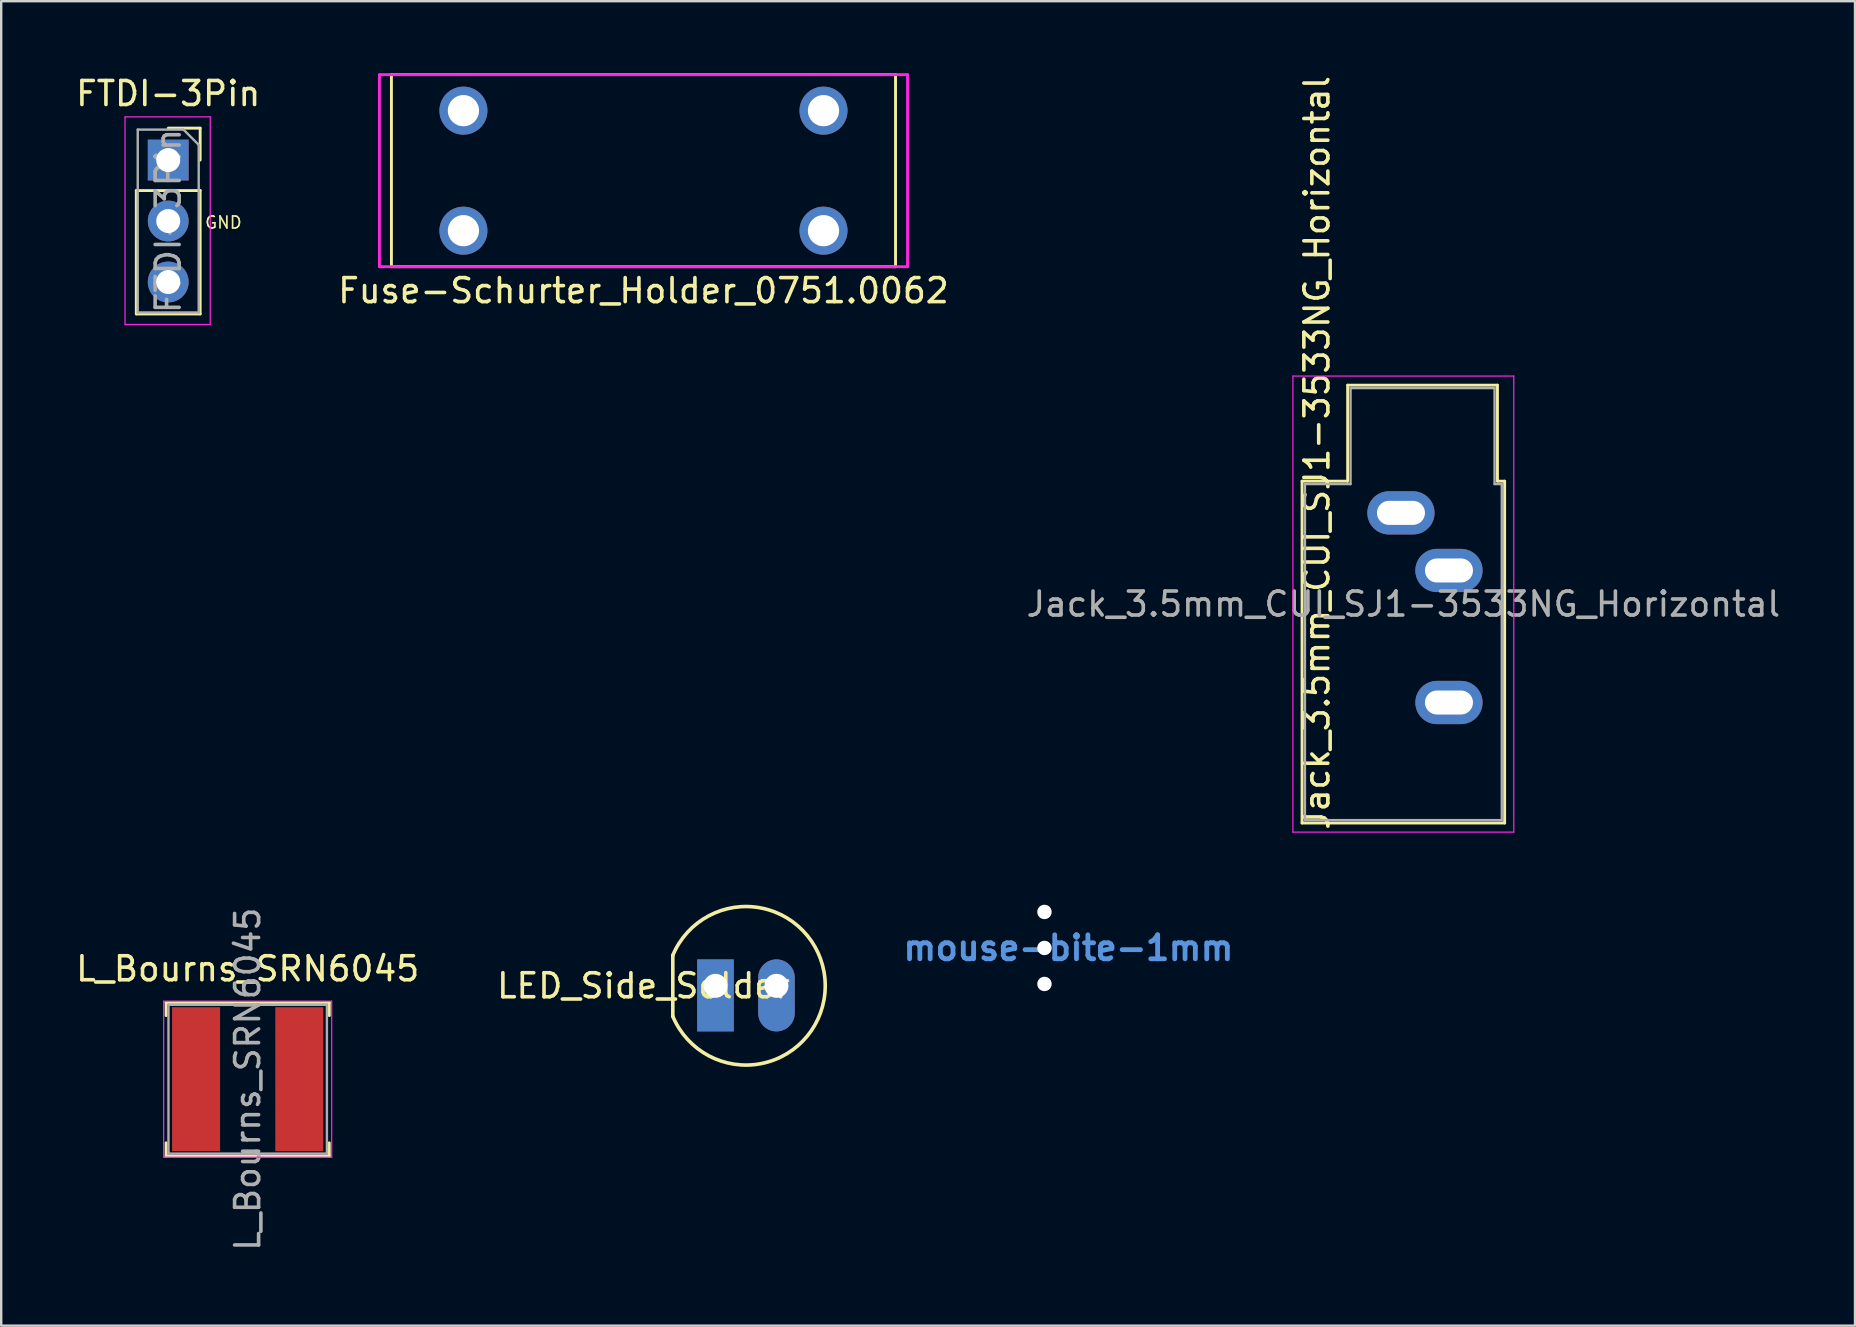
<source format=kicad_pcb>
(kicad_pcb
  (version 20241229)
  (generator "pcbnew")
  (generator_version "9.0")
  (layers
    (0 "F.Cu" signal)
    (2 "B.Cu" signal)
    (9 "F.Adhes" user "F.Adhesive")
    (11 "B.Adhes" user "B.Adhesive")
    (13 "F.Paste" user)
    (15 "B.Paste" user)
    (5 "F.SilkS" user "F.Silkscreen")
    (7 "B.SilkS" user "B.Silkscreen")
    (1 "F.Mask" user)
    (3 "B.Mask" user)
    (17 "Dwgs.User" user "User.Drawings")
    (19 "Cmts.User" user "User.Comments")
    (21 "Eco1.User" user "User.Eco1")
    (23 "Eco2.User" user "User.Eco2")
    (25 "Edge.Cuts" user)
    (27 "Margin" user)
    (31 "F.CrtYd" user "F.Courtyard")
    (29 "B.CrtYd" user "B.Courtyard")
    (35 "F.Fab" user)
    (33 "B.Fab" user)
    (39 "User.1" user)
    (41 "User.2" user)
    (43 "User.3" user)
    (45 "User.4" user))
  (footprint "FTDI-3Pin"
    (layer "F.Cu")
    (at 3.958 3.618)
    (property "Reference" "FTDI-3Pin" (at 0 -2.77 0) (layer "F.SilkS") (effects (font (size 1 1) (thickness 0.15))))
    (attr through_hole)
    (fp_line (start -1.33 1.27) (end -1.33 6.41) (stroke (width 0.12) (type solid)) (layer "F.SilkS"))
    (fp_line (start -1.33 1.27) (end 1.33 1.27) (stroke (width 0.12) (type solid)) (layer "F.SilkS"))
    (fp_line (start -1.33 6.41) (end 1.33 6.41) (stroke (width 0.12) (type solid)) (layer "F.SilkS"))
    (fp_line (start 0 -1.33) (end 1.33 -1.33) (stroke (width 0.12) (type solid)) (layer "F.SilkS"))
    (fp_line (start 1.33 -1.33) (end 1.33 0) (stroke (width 0.12) (type solid)) (layer "F.SilkS"))
    (fp_line (start 1.33 1.27) (end 1.33 6.41) (stroke (width 0.12) (type solid)) (layer "F.SilkS"))
    (fp_line (start -1.8 -1.8) (end 1.75 -1.8) (stroke (width 0.05) (type solid)) (layer "F.CrtYd"))
    (fp_line (start -1.8 6.85) (end -1.8 -1.8) (stroke (width 0.05) (type solid)) (layer "F.CrtYd"))
    (fp_line (start 1.75 -1.8) (end 1.75 6.85) (stroke (width 0.05) (type solid)) (layer "F.CrtYd"))
    (fp_line (start 1.75 6.85) (end -1.8 6.85) (stroke (width 0.05) (type solid)) (layer "F.CrtYd"))
    (fp_line (start -1.27 -1.27) (end 0.635 -1.27) (stroke (width 0.1) (type solid)) (layer "F.Fab"))
    (fp_line (start -1.27 6.35) (end -1.27 -1.27) (stroke (width 0.1) (type solid)) (layer "F.Fab"))
    (fp_line (start 0.635 -1.27) (end 1.27 -0.635) (stroke (width 0.1) (type solid)) (layer "F.Fab"))
    (fp_line (start 1.27 -0.635) (end 1.27 6.35) (stroke (width 0.1) (type solid)) (layer "F.Fab"))
    (fp_line (start 1.27 6.35) (end -1.27 6.35) (stroke (width 0.1) (type solid)) (layer "F.Fab"))
    (fp_text user "GND" (at 2.3 2.6 0) (layer "F.SilkS") (effects (font (size 0.5 0.5) (thickness 0.07))))
    (fp_text user "${REFERENCE}" (at 0 2.54 90) (layer "F.Fab") (effects (font (size 1 1) (thickness 0.15))))
    (pad "1" thru_hole rect (at 0 0) (size 1.7 1.7) (drill 1) (layers "*.Cu" "*.Mask"))
    (pad "2" thru_hole oval (at 0 2.54) (size 1.7 1.7) (drill 1) (layers "*.Cu" "*.Mask"))
    (pad "3" thru_hole oval (at 0 5.08) (size 1.7 1.7) (drill 1) (layers "*.Cu" "*.Mask")))
  (footprint "L_Bourns_SRN6045"
    (layer "F.Cu")
    (at 7.268 41.908)
    (property "Reference" "L_Bourns_SRN6045" (at 0 -4.6 0) (layer "F.SilkS") (effects (font (size 1 1) (thickness 0.15))))
    (attr smd)
    (fp_line (start -3.4 -3.2) (end -3.4 -2.65) (stroke (width 0.12) (type solid)) (layer "F.SilkS"))
    (fp_line (start -3.4 -3.2) (end 3.4 -3.2) (stroke (width 0.12) (type solid)) (layer "F.SilkS"))
    (fp_line (start -3.4 3.2) (end -3.4 2.65) (stroke (width 0.12) (type solid)) (layer "F.SilkS"))
    (fp_line (start 3.4 -3.2) (end 3.4 -2.65) (stroke (width 0.12) (type solid)) (layer "F.SilkS"))
    (fp_line (start 3.4 3.2) (end -3.4 3.2) (stroke (width 0.12) (type solid)) (layer "F.SilkS"))
    (fp_line (start 3.4 3.2) (end 3.4 2.65) (stroke (width 0.12) (type solid)) (layer "F.SilkS"))
    (fp_line (start -3.5 -3.25) (end -3.5 3.25) (stroke (width 0.05) (type solid)) (layer "F.CrtYd"))
    (fp_line (start -3.5 3.25) (end 3.5 3.25) (stroke (width 0.05) (type solid)) (layer "F.CrtYd"))
    (fp_line (start 3.5 -3.25) (end -3.5 -3.25) (stroke (width 0.05) (type solid)) (layer "F.CrtYd"))
    (fp_line (start 3.5 3.25) (end 3.5 -3.25) (stroke (width 0.05) (type solid)) (layer "F.CrtYd"))
    (fp_line (start -3.3 -3.1) (end -3.3 3.1) (stroke (width 0.1) (type solid)) (layer "F.Fab"))
    (fp_line (start -3.3 -3.1) (end 3.3 -3.1) (stroke (width 0.1) (type solid)) (layer "F.Fab"))
    (fp_line (start -3.3 3.1) (end 3.3 3.1) (stroke (width 0.1) (type solid)) (layer "F.Fab"))
    (fp_line (start 3.3 3.1) (end 3.3 -3.1) (stroke (width 0.1) (type solid)) (layer "F.Fab"))
    (fp_text user "${REFERENCE}" (at 0 0 90) (layer "F.Fab") (effects (font (size 1 1) (thickness 0.15))))
    (pad "1" smd rect (at -2.15 0) (size 2 6) (layers "F.Cu" "F.Mask" "F.Paste"))
    (pad "2" smd rect (at 2.15 0) (size 2 6) (layers "F.Cu" "F.Mask" "F.Paste")))
  (footprint "Jack_3.5mm_CUI_SJ1-3533NG_Horizontal"
    (layer "F.Cu")
    (at 55.311 18.315)
    (property "Reference" "Jack_3.5mm_CUI_SJ1-3533NG_Horizontal" (at -3.5 -2.5 90) (layer "F.SilkS") (effects (font (size 1 1) (thickness 0.15))))
    (attr through_hole)
    (fp_line (start -4.12 -1.32) (end -2.22 -1.32) (stroke (width 0.12) (type solid)) (layer "F.SilkS"))
    (fp_line (start -4.12 12.92) (end -4.12 -1.32) (stroke (width 0.12) (type solid)) (layer "F.SilkS"))
    (fp_line (start -2.22 -5.32) (end 4.02 -5.32) (stroke (width 0.12) (type solid)) (layer "F.SilkS"))
    (fp_line (start -2.22 -1.32) (end -2.22 -5.32) (stroke (width 0.12) (type solid)) (layer "F.SilkS"))
    (fp_line (start 4.02 -5.32) (end 4.02 -1.32) (stroke (width 0.12) (type solid)) (layer "F.SilkS"))
    (fp_line (start 4.02 -1.32) (end 4.32 -1.32) (stroke (width 0.12) (type solid)) (layer "F.SilkS"))
    (fp_line (start 4.32 -1.32) (end 4.32 12.92) (stroke (width 0.12) (type solid)) (layer "F.SilkS"))
    (fp_line (start 4.32 12.92) (end -4.12 12.92) (stroke (width 0.12) (type solid)) (layer "F.SilkS"))
    (fp_line (start -4.5 -5.7) (end -4.5 13.3) (stroke (width 0.05) (type solid)) (layer "F.CrtYd"))
    (fp_line (start -4.5 13.3) (end 4.7 13.3) (stroke (width 0.05) (type solid)) (layer "F.CrtYd"))
    (fp_line (start 4.7 -5.7) (end -4.5 -5.7) (stroke (width 0.05) (type solid)) (layer "F.CrtYd"))
    (fp_line (start 4.7 13.3) (end 4.7 -5.7) (stroke (width 0.05) (type solid)) (layer "F.CrtYd"))
    (fp_line (start -4 -1.2) (end -2.1 -1.2) (stroke (width 0.1) (type solid)) (layer "F.Fab"))
    (fp_line (start -4 12.8) (end -4 -1.2) (stroke (width 0.1) (type solid)) (layer "F.Fab"))
    (fp_line (start -2.1 -5.2) (end 3.9 -5.2) (stroke (width 0.1) (type solid)) (layer "F.Fab"))
    (fp_line (start -2.1 -1.2) (end -2.1 -5.2) (stroke (width 0.1) (type solid)) (layer "F.Fab"))
    (fp_line (start 3.9 -5.2) (end 3.9 -1.2) (stroke (width 0.1) (type solid)) (layer "F.Fab"))
    (fp_line (start 3.9 -1.2) (end 4.2 -1.2) (stroke (width 0.1) (type solid)) (layer "F.Fab"))
    (fp_line (start 4.2 -1.2) (end 4.2 12.8) (stroke (width 0.1) (type solid)) (layer "F.Fab"))
    (fp_line (start 4.2 12.8) (end -4 12.8) (stroke (width 0.1) (type solid)) (layer "F.Fab"))
    (fp_text user "${REFERENCE}" (at 0.1 3.8 0) (layer "F.Fab") (effects (font (size 1 1) (thickness 0.15))))
    (pad "R" thru_hole oval (at 2 7.9) (size 2.8 1.8) (drill oval 2 1) (layers "*.Cu" "*.Mask"))
    (pad "S" thru_hole oval (at 0 0) (size 2.8 1.8) (drill oval 2 1) (layers "*.Cu" "*.Mask"))
    (pad "T" thru_hole oval (at 2 2.4) (size 2.8 1.8) (drill oval 2 1) (layers "*.Cu" "*.Mask")))
  (footprint "LED_Side_Solder"
    (layer "F.Cu")
    (at 26.756 38.017)
    (property "Reference" "LED_Side_Solder" (at -3 0 0) (layer "F.SilkS") (effects (font (size 1 1) (thickness 0.15))))
    (attr through_hole)
    (fp_line (start -1.778 -1.27) (end -1.778 1.27) (stroke (width 0.15) (type solid)) (layer "F.SilkS"))
    (fp_arc (start -1.778 -1.27) (mid 4.572 0) (end -1.778 1.27) (stroke (width 0.15) (type solid)) (layer "F.SilkS"))
    (pad "1" thru_hole rect (at 0 0 270) (size 3 1.524) (drill 1 (offset 0.4 0)) (layers "*.Cu" "*.Mask"))
    (pad "2" thru_hole oval (at 2.54 0 270) (size 3 1.524) (drill 1 (offset 0.4 0)) (layers "*.Cu" "*.Mask")))
  (footprint "Fuse-Schurter_Holder_0751.0062"
    (layer "F.Cu")
    (at 23.756 4.06)
    (property "Reference" "Fuse-Schurter_Holder_0751.0062" (at 0 5 0) (layer "F.SilkS") (effects (font (size 1 1) (thickness 0.15))))
    (attr through_hole)
    (fp_line (start -10.5 -4) (end 10.5 -4) (stroke (width 0.12) (type solid)) (layer "F.SilkS"))
    (fp_line (start -10.5 4) (end -10.5 -4) (stroke (width 0.12) (type solid)) (layer "F.SilkS"))
    (fp_line (start 10.5 -4) (end 10.5 4) (stroke (width 0.12) (type solid)) (layer "F.SilkS"))
    (fp_line (start 10.5 4) (end -10.5 4) (stroke (width 0.12) (type solid)) (layer "F.SilkS"))
    (fp_line (start -11 -4) (end 11 -4) (stroke (width 0.12) (type solid)) (layer "F.CrtYd"))
    (fp_line (start -11 4) (end -11 -4) (stroke (width 0.12) (type solid)) (layer "F.CrtYd"))
    (fp_line (start 11 -4) (end 11 4) (stroke (width 0.12) (type solid)) (layer "F.CrtYd"))
    (fp_line (start 11 4) (end -11 4) (stroke (width 0.12) (type solid)) (layer "F.CrtYd"))
    (pad "1" thru_hole circle (at -7.5 -2.5) (size 2 2) (drill 1.3) (layers "*.Cu" "*.Mask"))
    (pad "1" thru_hole circle (at -7.5 2.5) (size 2 2) (drill 1.3) (layers "*.Cu" "*.Mask"))
    (pad "2" thru_hole circle (at 7.5 -2.5) (size 2 2) (drill 1.3) (layers "*.Cu" "*.Mask"))
    (pad "2" thru_hole circle (at 7.5 2.5) (size 2 2) (drill 1.3) (layers "*.Cu" "*.Mask")))
  (footprint "mouse-bite-1mm"
    (layer "F.Cu")
    (at 40.46 36.94)
    (property "Reference" "mouse-bite-1mm" (at 1 -0.5 0) (layer "Cmts.User") (effects (font (size 1 1) (thickness 0.2))))
    (attr through_hole)
    (pad "" np_thru_hole circle (at 0 -2) (size 0.6 0.6) (drill 0.6) (layers "*.Cu" "*.Mask"))
    (pad "" np_thru_hole circle (at 0 -0.5) (size 0.6 0.6) (drill 0.6) (layers "*.Cu" "*.Mask"))
    (pad "" np_thru_hole circle (at 0 1) (size 0.6 0.6) (drill 0.6) (layers "*.Cu" "*.Mask")))
  (gr_rect
    (start -3 -3)
    (end 74.226 52.176)
    (stroke (width 0.1) (type default))
    (fill no)
    (layer "Edge.Cuts")))
</source>
